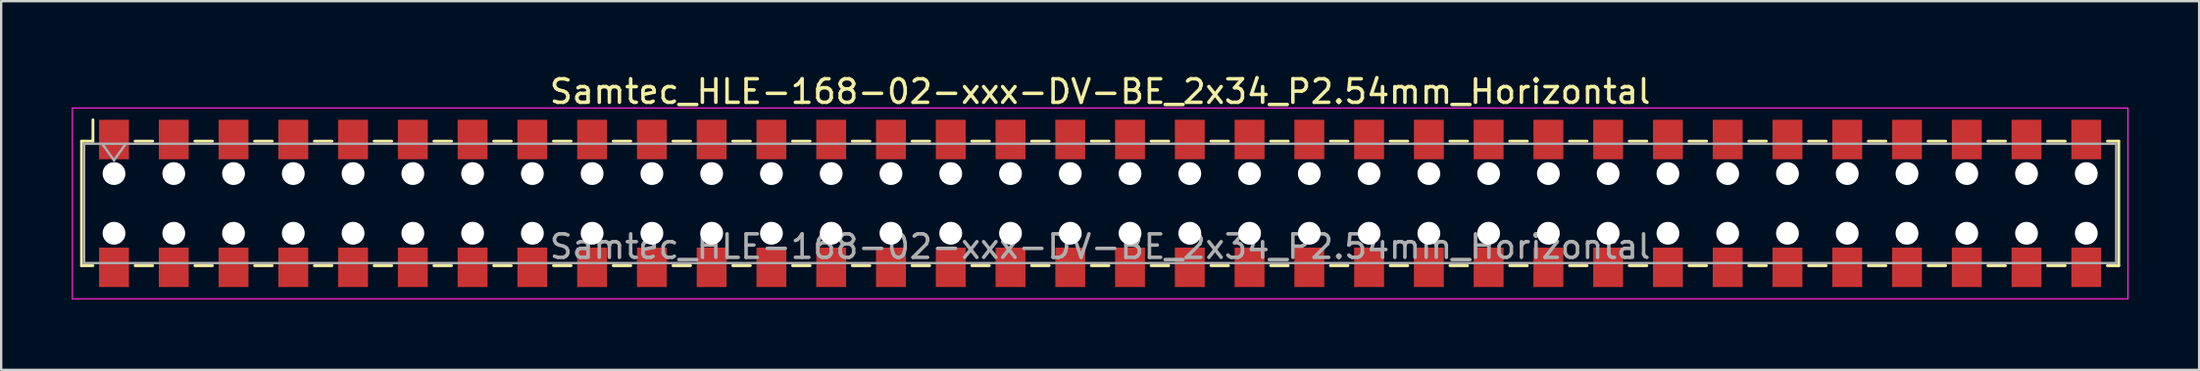
<source format=kicad_pcb>
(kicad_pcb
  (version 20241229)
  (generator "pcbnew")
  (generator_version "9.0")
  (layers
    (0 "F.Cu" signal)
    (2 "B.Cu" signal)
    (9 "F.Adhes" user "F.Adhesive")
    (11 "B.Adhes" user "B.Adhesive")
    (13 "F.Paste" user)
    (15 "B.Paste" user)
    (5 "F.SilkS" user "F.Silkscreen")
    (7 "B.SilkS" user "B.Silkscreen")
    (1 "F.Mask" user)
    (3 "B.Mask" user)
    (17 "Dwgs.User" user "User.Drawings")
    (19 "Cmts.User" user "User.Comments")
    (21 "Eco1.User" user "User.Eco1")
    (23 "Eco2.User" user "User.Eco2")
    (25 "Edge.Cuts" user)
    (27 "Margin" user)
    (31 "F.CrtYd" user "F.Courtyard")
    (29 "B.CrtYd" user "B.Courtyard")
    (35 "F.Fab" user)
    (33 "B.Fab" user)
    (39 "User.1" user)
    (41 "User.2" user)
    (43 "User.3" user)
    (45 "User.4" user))
  (footprint "Samtec_HLE-168-02-xxx-DV-BE_2x34_P2.54mm_Horizontal"
    (layer "F.Cu")
    (at 43.705 5.608)
    (property "Reference" "Samtec_HLE-168-02-xxx-DV-BE_2x34_P2.54mm_Horizontal" (at 0 -4.76 0) (layer "F.SilkS") (effects (font (size 1 1) (thickness 0.15))))
    (attr smd)
    (fp_line (start -43.29 -2.65) (end -43.29 2.65) (stroke (width 0.12) (type solid)) (layer "F.SilkS"))
    (fp_line (start -43.29 2.65) (end -42.805 2.65) (stroke (width 0.12) (type solid)) (layer "F.SilkS"))
    (fp_line (start -42.805 -3.56) (end -42.805 -2.65) (stroke (width 0.12) (type solid)) (layer "F.SilkS"))
    (fp_line (start -42.805 -2.65) (end -43.29 -2.65) (stroke (width 0.12) (type solid)) (layer "F.SilkS"))
    (fp_line (start -41.015 -2.65) (end -40.265 -2.65) (stroke (width 0.12) (type solid)) (layer "F.SilkS"))
    (fp_line (start -41.015 2.65) (end -40.265 2.65) (stroke (width 0.12) (type solid)) (layer "F.SilkS"))
    (fp_line (start -38.475 -2.65) (end -37.725 -2.65) (stroke (width 0.12) (type solid)) (layer "F.SilkS"))
    (fp_line (start -38.475 2.65) (end -37.725 2.65) (stroke (width 0.12) (type solid)) (layer "F.SilkS"))
    (fp_line (start -35.935 -2.65) (end -35.185 -2.65) (stroke (width 0.12) (type solid)) (layer "F.SilkS"))
    (fp_line (start -35.935 2.65) (end -35.185 2.65) (stroke (width 0.12) (type solid)) (layer "F.SilkS"))
    (fp_line (start -33.395 -2.65) (end -32.645 -2.65) (stroke (width 0.12) (type solid)) (layer "F.SilkS"))
    (fp_line (start -33.395 2.65) (end -32.645 2.65) (stroke (width 0.12) (type solid)) (layer "F.SilkS"))
    (fp_line (start -30.855 -2.65) (end -30.105 -2.65) (stroke (width 0.12) (type solid)) (layer "F.SilkS"))
    (fp_line (start -30.855 2.65) (end -30.105 2.65) (stroke (width 0.12) (type solid)) (layer "F.SilkS"))
    (fp_line (start -28.315 -2.65) (end -27.565 -2.65) (stroke (width 0.12) (type solid)) (layer "F.SilkS"))
    (fp_line (start -28.315 2.65) (end -27.565 2.65) (stroke (width 0.12) (type solid)) (layer "F.SilkS"))
    (fp_line (start -25.775 -2.65) (end -25.025 -2.65) (stroke (width 0.12) (type solid)) (layer "F.SilkS"))
    (fp_line (start -25.775 2.65) (end -25.025 2.65) (stroke (width 0.12) (type solid)) (layer "F.SilkS"))
    (fp_line (start -23.235 -2.65) (end -22.485 -2.65) (stroke (width 0.12) (type solid)) (layer "F.SilkS"))
    (fp_line (start -23.235 2.65) (end -22.485 2.65) (stroke (width 0.12) (type solid)) (layer "F.SilkS"))
    (fp_line (start -20.695 -2.65) (end -19.945 -2.65) (stroke (width 0.12) (type solid)) (layer "F.SilkS"))
    (fp_line (start -20.695 2.65) (end -19.945 2.65) (stroke (width 0.12) (type solid)) (layer "F.SilkS"))
    (fp_line (start -18.155 -2.65) (end -17.405 -2.65) (stroke (width 0.12) (type solid)) (layer "F.SilkS"))
    (fp_line (start -18.155 2.65) (end -17.405 2.65) (stroke (width 0.12) (type solid)) (layer "F.SilkS"))
    (fp_line (start -15.615 -2.65) (end -14.865 -2.65) (stroke (width 0.12) (type solid)) (layer "F.SilkS"))
    (fp_line (start -15.615 2.65) (end -14.865 2.65) (stroke (width 0.12) (type solid)) (layer "F.SilkS"))
    (fp_line (start -13.075 -2.65) (end -12.325 -2.65) (stroke (width 0.12) (type solid)) (layer "F.SilkS"))
    (fp_line (start -13.075 2.65) (end -12.325 2.65) (stroke (width 0.12) (type solid)) (layer "F.SilkS"))
    (fp_line (start -10.535 -2.65) (end -9.785 -2.65) (stroke (width 0.12) (type solid)) (layer "F.SilkS"))
    (fp_line (start -10.535 2.65) (end -9.785 2.65) (stroke (width 0.12) (type solid)) (layer "F.SilkS"))
    (fp_line (start -7.995 -2.65) (end -7.245 -2.65) (stroke (width 0.12) (type solid)) (layer "F.SilkS"))
    (fp_line (start -7.995 2.65) (end -7.245 2.65) (stroke (width 0.12) (type solid)) (layer "F.SilkS"))
    (fp_line (start -5.455 -2.65) (end -4.705 -2.65) (stroke (width 0.12) (type solid)) (layer "F.SilkS"))
    (fp_line (start -5.455 2.65) (end -4.705 2.65) (stroke (width 0.12) (type solid)) (layer "F.SilkS"))
    (fp_line (start -2.915 -2.65) (end -2.165 -2.65) (stroke (width 0.12) (type solid)) (layer "F.SilkS"))
    (fp_line (start -2.915 2.65) (end -2.165 2.65) (stroke (width 0.12) (type solid)) (layer "F.SilkS"))
    (fp_line (start -0.375 -2.65) (end 0.375 -2.65) (stroke (width 0.12) (type solid)) (layer "F.SilkS"))
    (fp_line (start -0.375 2.65) (end 0.375 2.65) (stroke (width 0.12) (type solid)) (layer "F.SilkS"))
    (fp_line (start 2.165 -2.65) (end 2.915 -2.65) (stroke (width 0.12) (type solid)) (layer "F.SilkS"))
    (fp_line (start 2.165 2.65) (end 2.915 2.65) (stroke (width 0.12) (type solid)) (layer "F.SilkS"))
    (fp_line (start 4.705 -2.65) (end 5.455 -2.65) (stroke (width 0.12) (type solid)) (layer "F.SilkS"))
    (fp_line (start 4.705 2.65) (end 5.455 2.65) (stroke (width 0.12) (type solid)) (layer "F.SilkS"))
    (fp_line (start 7.245 -2.65) (end 7.995 -2.65) (stroke (width 0.12) (type solid)) (layer "F.SilkS"))
    (fp_line (start 7.245 2.65) (end 7.995 2.65) (stroke (width 0.12) (type solid)) (layer "F.SilkS"))
    (fp_line (start 9.785 -2.65) (end 10.535 -2.65) (stroke (width 0.12) (type solid)) (layer "F.SilkS"))
    (fp_line (start 9.785 2.65) (end 10.535 2.65) (stroke (width 0.12) (type solid)) (layer "F.SilkS"))
    (fp_line (start 12.325 -2.65) (end 13.075 -2.65) (stroke (width 0.12) (type solid)) (layer "F.SilkS"))
    (fp_line (start 12.325 2.65) (end 13.075 2.65) (stroke (width 0.12) (type solid)) (layer "F.SilkS"))
    (fp_line (start 14.865 -2.65) (end 15.615 -2.65) (stroke (width 0.12) (type solid)) (layer "F.SilkS"))
    (fp_line (start 14.865 2.65) (end 15.615 2.65) (stroke (width 0.12) (type solid)) (layer "F.SilkS"))
    (fp_line (start 17.405 -2.65) (end 18.155 -2.65) (stroke (width 0.12) (type solid)) (layer "F.SilkS"))
    (fp_line (start 17.405 2.65) (end 18.155 2.65) (stroke (width 0.12) (type solid)) (layer "F.SilkS"))
    (fp_line (start 19.945 -2.65) (end 20.695 -2.65) (stroke (width 0.12) (type solid)) (layer "F.SilkS"))
    (fp_line (start 19.945 2.65) (end 20.695 2.65) (stroke (width 0.12) (type solid)) (layer "F.SilkS"))
    (fp_line (start 22.485 -2.65) (end 23.235 -2.65) (stroke (width 0.12) (type solid)) (layer "F.SilkS"))
    (fp_line (start 22.485 2.65) (end 23.235 2.65) (stroke (width 0.12) (type solid)) (layer "F.SilkS"))
    (fp_line (start 25.025 -2.65) (end 25.775 -2.65) (stroke (width 0.12) (type solid)) (layer "F.SilkS"))
    (fp_line (start 25.025 2.65) (end 25.775 2.65) (stroke (width 0.12) (type solid)) (layer "F.SilkS"))
    (fp_line (start 27.565 -2.65) (end 28.315 -2.65) (stroke (width 0.12) (type solid)) (layer "F.SilkS"))
    (fp_line (start 27.565 2.65) (end 28.315 2.65) (stroke (width 0.12) (type solid)) (layer "F.SilkS"))
    (fp_line (start 30.105 -2.65) (end 30.855 -2.65) (stroke (width 0.12) (type solid)) (layer "F.SilkS"))
    (fp_line (start 30.105 2.65) (end 30.855 2.65) (stroke (width 0.12) (type solid)) (layer "F.SilkS"))
    (fp_line (start 32.645 -2.65) (end 33.395 -2.65) (stroke (width 0.12) (type solid)) (layer "F.SilkS"))
    (fp_line (start 32.645 2.65) (end 33.395 2.65) (stroke (width 0.12) (type solid)) (layer "F.SilkS"))
    (fp_line (start 35.185 -2.65) (end 35.935 -2.65) (stroke (width 0.12) (type solid)) (layer "F.SilkS"))
    (fp_line (start 35.185 2.65) (end 35.935 2.65) (stroke (width 0.12) (type solid)) (layer "F.SilkS"))
    (fp_line (start 37.725 -2.65) (end 38.475 -2.65) (stroke (width 0.12) (type solid)) (layer "F.SilkS"))
    (fp_line (start 37.725 2.65) (end 38.475 2.65) (stroke (width 0.12) (type solid)) (layer "F.SilkS"))
    (fp_line (start 40.265 -2.65) (end 41.015 -2.65) (stroke (width 0.12) (type solid)) (layer "F.SilkS"))
    (fp_line (start 40.265 2.65) (end 41.015 2.65) (stroke (width 0.12) (type solid)) (layer "F.SilkS"))
    (fp_line (start 42.805 -2.65) (end 43.29 -2.65) (stroke (width 0.12) (type solid)) (layer "F.SilkS"))
    (fp_line (start 43.29 -2.65) (end 43.29 2.65) (stroke (width 0.12) (type solid)) (layer "F.SilkS"))
    (fp_line (start 43.29 2.65) (end 42.805 2.65) (stroke (width 0.12) (type solid)) (layer "F.SilkS"))
    (fp_line (start -43.68 -4.06) (end 43.68 -4.06) (stroke (width 0.05) (type solid)) (layer "F.CrtYd"))
    (fp_line (start -43.68 4.06) (end -43.68 -4.06) (stroke (width 0.05) (type solid)) (layer "F.CrtYd"))
    (fp_line (start 43.68 -4.06) (end 43.68 4.06) (stroke (width 0.05) (type solid)) (layer "F.CrtYd"))
    (fp_line (start 43.68 4.06) (end -43.68 4.06) (stroke (width 0.05) (type solid)) (layer "F.CrtYd"))
    (fp_line (start -43.18 -2.54) (end 43.18 -2.54) (stroke (width 0.1) (type solid)) (layer "F.Fab"))
    (fp_line (start -43.18 2.54) (end -43.18 -2.54) (stroke (width 0.1) (type solid)) (layer "F.Fab"))
    (fp_line (start -42.41 -2.54) (end -41.91 -1.833) (stroke (width 0.1) (type solid)) (layer "F.Fab"))
    (fp_line (start -41.91 -1.833) (end -41.41 -2.54) (stroke (width 0.1) (type solid)) (layer "F.Fab"))
    (fp_line (start 43.18 -2.54) (end 43.18 2.54) (stroke (width 0.1) (type solid)) (layer "F.Fab"))
    (fp_line (start 43.18 2.54) (end -43.18 2.54) (stroke (width 0.1) (type solid)) (layer "F.Fab"))
    (fp_text user "${REFERENCE}" (at 0 1.84 0) (layer "F.Fab") (effects (font (size 1 1) (thickness 0.15))))
    (pad "" np_thru_hole circle (at -41.91 -1.27) (size 0.97 0.97) (drill 0.97) (layers "*.Cu" "*.Mask"))
    (pad "" np_thru_hole circle (at -41.91 1.27) (size 0.97 0.97) (drill 0.97) (layers "*.Cu" "*.Mask"))
    (pad "" np_thru_hole circle (at -39.37 -1.27) (size 0.97 0.97) (drill 0.97) (layers "*.Cu" "*.Mask"))
    (pad "" np_thru_hole circle (at -39.37 1.27) (size 0.97 0.97) (drill 0.97) (layers "*.Cu" "*.Mask"))
    (pad "" np_thru_hole circle (at -36.83 -1.27) (size 0.97 0.97) (drill 0.97) (layers "*.Cu" "*.Mask"))
    (pad "" np_thru_hole circle (at -36.83 1.27) (size 0.97 0.97) (drill 0.97) (layers "*.Cu" "*.Mask"))
    (pad "" np_thru_hole circle (at -34.29 -1.27) (size 0.97 0.97) (drill 0.97) (layers "*.Cu" "*.Mask"))
    (pad "" np_thru_hole circle (at -34.29 1.27) (size 0.97 0.97) (drill 0.97) (layers "*.Cu" "*.Mask"))
    (pad "" np_thru_hole circle (at -31.75 -1.27) (size 0.97 0.97) (drill 0.97) (layers "*.Cu" "*.Mask"))
    (pad "" np_thru_hole circle (at -31.75 1.27) (size 0.97 0.97) (drill 0.97) (layers "*.Cu" "*.Mask"))
    (pad "" np_thru_hole circle (at -29.21 -1.27) (size 0.97 0.97) (drill 0.97) (layers "*.Cu" "*.Mask"))
    (pad "" np_thru_hole circle (at -29.21 1.27) (size 0.97 0.97) (drill 0.97) (layers "*.Cu" "*.Mask"))
    (pad "" np_thru_hole circle (at -26.67 -1.27) (size 0.97 0.97) (drill 0.97) (layers "*.Cu" "*.Mask"))
    (pad "" np_thru_hole circle (at -26.67 1.27) (size 0.97 0.97) (drill 0.97) (layers "*.Cu" "*.Mask"))
    (pad "" np_thru_hole circle (at -24.13 -1.27) (size 0.97 0.97) (drill 0.97) (layers "*.Cu" "*.Mask"))
    (pad "" np_thru_hole circle (at -24.13 1.27) (size 0.97 0.97) (drill 0.97) (layers "*.Cu" "*.Mask"))
    (pad "" np_thru_hole circle (at -21.59 -1.27) (size 0.97 0.97) (drill 0.97) (layers "*.Cu" "*.Mask"))
    (pad "" np_thru_hole circle (at -21.59 1.27) (size 0.97 0.97) (drill 0.97) (layers "*.Cu" "*.Mask"))
    (pad "" np_thru_hole circle (at -19.05 -1.27) (size 0.97 0.97) (drill 0.97) (layers "*.Cu" "*.Mask"))
    (pad "" np_thru_hole circle (at -19.05 1.27) (size 0.97 0.97) (drill 0.97) (layers "*.Cu" "*.Mask"))
    (pad "" np_thru_hole circle (at -16.51 -1.27) (size 0.97 0.97) (drill 0.97) (layers "*.Cu" "*.Mask"))
    (pad "" np_thru_hole circle (at -16.51 1.27) (size 0.97 0.97) (drill 0.97) (layers "*.Cu" "*.Mask"))
    (pad "" np_thru_hole circle (at -13.97 -1.27) (size 0.97 0.97) (drill 0.97) (layers "*.Cu" "*.Mask"))
    (pad "" np_thru_hole circle (at -13.97 1.27) (size 0.97 0.97) (drill 0.97) (layers "*.Cu" "*.Mask"))
    (pad "" np_thru_hole circle (at -11.43 -1.27) (size 0.97 0.97) (drill 0.97) (layers "*.Cu" "*.Mask"))
    (pad "" np_thru_hole circle (at -11.43 1.27) (size 0.97 0.97) (drill 0.97) (layers "*.Cu" "*.Mask"))
    (pad "" np_thru_hole circle (at -8.89 -1.27) (size 0.97 0.97) (drill 0.97) (layers "*.Cu" "*.Mask"))
    (pad "" np_thru_hole circle (at -8.89 1.27) (size 0.97 0.97) (drill 0.97) (layers "*.Cu" "*.Mask"))
    (pad "" np_thru_hole circle (at -6.35 -1.27) (size 0.97 0.97) (drill 0.97) (layers "*.Cu" "*.Mask"))
    (pad "" np_thru_hole circle (at -6.35 1.27) (size 0.97 0.97) (drill 0.97) (layers "*.Cu" "*.Mask"))
    (pad "" np_thru_hole circle (at -3.81 -1.27) (size 0.97 0.97) (drill 0.97) (layers "*.Cu" "*.Mask"))
    (pad "" np_thru_hole circle (at -3.81 1.27) (size 0.97 0.97) (drill 0.97) (layers "*.Cu" "*.Mask"))
    (pad "" np_thru_hole circle (at -1.27 -1.27) (size 0.97 0.97) (drill 0.97) (layers "*.Cu" "*.Mask"))
    (pad "" np_thru_hole circle (at -1.27 1.27) (size 0.97 0.97) (drill 0.97) (layers "*.Cu" "*.Mask"))
    (pad "" np_thru_hole circle (at 1.27 -1.27) (size 0.97 0.97) (drill 0.97) (layers "*.Cu" "*.Mask"))
    (pad "" np_thru_hole circle (at 1.27 1.27) (size 0.97 0.97) (drill 0.97) (layers "*.Cu" "*.Mask"))
    (pad "" np_thru_hole circle (at 3.81 -1.27) (size 0.97 0.97) (drill 0.97) (layers "*.Cu" "*.Mask"))
    (pad "" np_thru_hole circle (at 3.81 1.27) (size 0.97 0.97) (drill 0.97) (layers "*.Cu" "*.Mask"))
    (pad "" np_thru_hole circle (at 6.35 -1.27) (size 0.97 0.97) (drill 0.97) (layers "*.Cu" "*.Mask"))
    (pad "" np_thru_hole circle (at 6.35 1.27) (size 0.97 0.97) (drill 0.97) (layers "*.Cu" "*.Mask"))
    (pad "" np_thru_hole circle (at 8.89 -1.27) (size 0.97 0.97) (drill 0.97) (layers "*.Cu" "*.Mask"))
    (pad "" np_thru_hole circle (at 8.89 1.27) (size 0.97 0.97) (drill 0.97) (layers "*.Cu" "*.Mask"))
    (pad "" np_thru_hole circle (at 11.43 -1.27) (size 0.97 0.97) (drill 0.97) (layers "*.Cu" "*.Mask"))
    (pad "" np_thru_hole circle (at 11.43 1.27) (size 0.97 0.97) (drill 0.97) (layers "*.Cu" "*.Mask"))
    (pad "" np_thru_hole circle (at 13.97 -1.27) (size 0.97 0.97) (drill 0.97) (layers "*.Cu" "*.Mask"))
    (pad "" np_thru_hole circle (at 13.97 1.27) (size 0.97 0.97) (drill 0.97) (layers "*.Cu" "*.Mask"))
    (pad "" np_thru_hole circle (at 16.51 -1.27) (size 0.97 0.97) (drill 0.97) (layers "*.Cu" "*.Mask"))
    (pad "" np_thru_hole circle (at 16.51 1.27) (size 0.97 0.97) (drill 0.97) (layers "*.Cu" "*.Mask"))
    (pad "" np_thru_hole circle (at 19.05 -1.27) (size 0.97 0.97) (drill 0.97) (layers "*.Cu" "*.Mask"))
    (pad "" np_thru_hole circle (at 19.05 1.27) (size 0.97 0.97) (drill 0.97) (layers "*.Cu" "*.Mask"))
    (pad "" np_thru_hole circle (at 21.59 -1.27) (size 0.97 0.97) (drill 0.97) (layers "*.Cu" "*.Mask"))
    (pad "" np_thru_hole circle (at 21.59 1.27) (size 0.97 0.97) (drill 0.97) (layers "*.Cu" "*.Mask"))
    (pad "" np_thru_hole circle (at 24.13 -1.27) (size 0.97 0.97) (drill 0.97) (layers "*.Cu" "*.Mask"))
    (pad "" np_thru_hole circle (at 24.13 1.27) (size 0.97 0.97) (drill 0.97) (layers "*.Cu" "*.Mask"))
    (pad "" np_thru_hole circle (at 26.67 -1.27) (size 0.97 0.97) (drill 0.97) (layers "*.Cu" "*.Mask"))
    (pad "" np_thru_hole circle (at 26.67 1.27) (size 0.97 0.97) (drill 0.97) (layers "*.Cu" "*.Mask"))
    (pad "" np_thru_hole circle (at 29.21 -1.27) (size 0.97 0.97) (drill 0.97) (layers "*.Cu" "*.Mask"))
    (pad "" np_thru_hole circle (at 29.21 1.27) (size 0.97 0.97) (drill 0.97) (layers "*.Cu" "*.Mask"))
    (pad "" np_thru_hole circle (at 31.75 -1.27) (size 0.97 0.97) (drill 0.97) (layers "*.Cu" "*.Mask"))
    (pad "" np_thru_hole circle (at 31.75 1.27) (size 0.97 0.97) (drill 0.97) (layers "*.Cu" "*.Mask"))
    (pad "" np_thru_hole circle (at 34.29 -1.27) (size 0.97 0.97) (drill 0.97) (layers "*.Cu" "*.Mask"))
    (pad "" np_thru_hole circle (at 34.29 1.27) (size 0.97 0.97) (drill 0.97) (layers "*.Cu" "*.Mask"))
    (pad "" np_thru_hole circle (at 36.83 -1.27) (size 0.97 0.97) (drill 0.97) (layers "*.Cu" "*.Mask"))
    (pad "" np_thru_hole circle (at 36.83 1.27) (size 0.97 0.97) (drill 0.97) (layers "*.Cu" "*.Mask"))
    (pad "" np_thru_hole circle (at 39.37 -1.27) (size 0.97 0.97) (drill 0.97) (layers "*.Cu" "*.Mask"))
    (pad "" np_thru_hole circle (at 39.37 1.27) (size 0.97 0.97) (drill 0.97) (layers "*.Cu" "*.Mask"))
    (pad "" np_thru_hole circle (at 41.91 -1.27) (size 0.97 0.97) (drill 0.97) (layers "*.Cu" "*.Mask"))
    (pad "" np_thru_hole circle (at 41.91 1.27) (size 0.97 0.97) (drill 0.97) (layers "*.Cu" "*.Mask"))
    (pad "1" smd rect (at -41.91 -2.72) (size 1.27 1.68) (layers "F.Cu" "F.Mask" "F.Paste"))
    (pad "2" smd rect (at -41.91 2.72) (size 1.27 1.68) (layers "F.Cu" "F.Mask" "F.Paste"))
    (pad "3" smd rect (at -39.37 -2.72) (size 1.27 1.68) (layers "F.Cu" "F.Mask" "F.Paste"))
    (pad "4" smd rect (at -39.37 2.72) (size 1.27 1.68) (layers "F.Cu" "F.Mask" "F.Paste"))
    (pad "5" smd rect (at -36.83 -2.72) (size 1.27 1.68) (layers "F.Cu" "F.Mask" "F.Paste"))
    (pad "6" smd rect (at -36.83 2.72) (size 1.27 1.68) (layers "F.Cu" "F.Mask" "F.Paste"))
    (pad "7" smd rect (at -34.29 -2.72) (size 1.27 1.68) (layers "F.Cu" "F.Mask" "F.Paste"))
    (pad "8" smd rect (at -34.29 2.72) (size 1.27 1.68) (layers "F.Cu" "F.Mask" "F.Paste"))
    (pad "9" smd rect (at -31.75 -2.72) (size 1.27 1.68) (layers "F.Cu" "F.Mask" "F.Paste"))
    (pad "10" smd rect (at -31.75 2.72) (size 1.27 1.68) (layers "F.Cu" "F.Mask" "F.Paste"))
    (pad "11" smd rect (at -29.21 -2.72) (size 1.27 1.68) (layers "F.Cu" "F.Mask" "F.Paste"))
    (pad "12" smd rect (at -29.21 2.72) (size 1.27 1.68) (layers "F.Cu" "F.Mask" "F.Paste"))
    (pad "13" smd rect (at -26.67 -2.72) (size 1.27 1.68) (layers "F.Cu" "F.Mask" "F.Paste"))
    (pad "14" smd rect (at -26.67 2.72) (size 1.27 1.68) (layers "F.Cu" "F.Mask" "F.Paste"))
    (pad "15" smd rect (at -24.13 -2.72) (size 1.27 1.68) (layers "F.Cu" "F.Mask" "F.Paste"))
    (pad "16" smd rect (at -24.13 2.72) (size 1.27 1.68) (layers "F.Cu" "F.Mask" "F.Paste"))
    (pad "17" smd rect (at -21.59 -2.72) (size 1.27 1.68) (layers "F.Cu" "F.Mask" "F.Paste"))
    (pad "18" smd rect (at -21.59 2.72) (size 1.27 1.68) (layers "F.Cu" "F.Mask" "F.Paste"))
    (pad "19" smd rect (at -19.05 -2.72) (size 1.27 1.68) (layers "F.Cu" "F.Mask" "F.Paste"))
    (pad "20" smd rect (at -19.05 2.72) (size 1.27 1.68) (layers "F.Cu" "F.Mask" "F.Paste"))
    (pad "21" smd rect (at -16.51 -2.72) (size 1.27 1.68) (layers "F.Cu" "F.Mask" "F.Paste"))
    (pad "22" smd rect (at -16.51 2.72) (size 1.27 1.68) (layers "F.Cu" "F.Mask" "F.Paste"))
    (pad "23" smd rect (at -13.97 -2.72) (size 1.27 1.68) (layers "F.Cu" "F.Mask" "F.Paste"))
    (pad "24" smd rect (at -13.97 2.72) (size 1.27 1.68) (layers "F.Cu" "F.Mask" "F.Paste"))
    (pad "25" smd rect (at -11.43 -2.72) (size 1.27 1.68) (layers "F.Cu" "F.Mask" "F.Paste"))
    (pad "26" smd rect (at -11.43 2.72) (size 1.27 1.68) (layers "F.Cu" "F.Mask" "F.Paste"))
    (pad "27" smd rect (at -8.89 -2.72) (size 1.27 1.68) (layers "F.Cu" "F.Mask" "F.Paste"))
    (pad "28" smd rect (at -8.89 2.72) (size 1.27 1.68) (layers "F.Cu" "F.Mask" "F.Paste"))
    (pad "29" smd rect (at -6.35 -2.72) (size 1.27 1.68) (layers "F.Cu" "F.Mask" "F.Paste"))
    (pad "30" smd rect (at -6.35 2.72) (size 1.27 1.68) (layers "F.Cu" "F.Mask" "F.Paste"))
    (pad "31" smd rect (at -3.81 -2.72) (size 1.27 1.68) (layers "F.Cu" "F.Mask" "F.Paste"))
    (pad "32" smd rect (at -3.81 2.72) (size 1.27 1.68) (layers "F.Cu" "F.Mask" "F.Paste"))
    (pad "33" smd rect (at -1.27 -2.72) (size 1.27 1.68) (layers "F.Cu" "F.Mask" "F.Paste"))
    (pad "34" smd rect (at -1.27 2.72) (size 1.27 1.68) (layers "F.Cu" "F.Mask" "F.Paste"))
    (pad "35" smd rect (at 1.27 -2.72) (size 1.27 1.68) (layers "F.Cu" "F.Mask" "F.Paste"))
    (pad "36" smd rect (at 1.27 2.72) (size 1.27 1.68) (layers "F.Cu" "F.Mask" "F.Paste"))
    (pad "37" smd rect (at 3.81 -2.72) (size 1.27 1.68) (layers "F.Cu" "F.Mask" "F.Paste"))
    (pad "38" smd rect (at 3.81 2.72) (size 1.27 1.68) (layers "F.Cu" "F.Mask" "F.Paste"))
    (pad "39" smd rect (at 6.35 -2.72) (size 1.27 1.68) (layers "F.Cu" "F.Mask" "F.Paste"))
    (pad "40" smd rect (at 6.35 2.72) (size 1.27 1.68) (layers "F.Cu" "F.Mask" "F.Paste"))
    (pad "41" smd rect (at 8.89 -2.72) (size 1.27 1.68) (layers "F.Cu" "F.Mask" "F.Paste"))
    (pad "42" smd rect (at 8.89 2.72) (size 1.27 1.68) (layers "F.Cu" "F.Mask" "F.Paste"))
    (pad "43" smd rect (at 11.43 -2.72) (size 1.27 1.68) (layers "F.Cu" "F.Mask" "F.Paste"))
    (pad "44" smd rect (at 11.43 2.72) (size 1.27 1.68) (layers "F.Cu" "F.Mask" "F.Paste"))
    (pad "45" smd rect (at 13.97 -2.72) (size 1.27 1.68) (layers "F.Cu" "F.Mask" "F.Paste"))
    (pad "46" smd rect (at 13.97 2.72) (size 1.27 1.68) (layers "F.Cu" "F.Mask" "F.Paste"))
    (pad "47" smd rect (at 16.51 -2.72) (size 1.27 1.68) (layers "F.Cu" "F.Mask" "F.Paste"))
    (pad "48" smd rect (at 16.51 2.72) (size 1.27 1.68) (layers "F.Cu" "F.Mask" "F.Paste"))
    (pad "49" smd rect (at 19.05 -2.72) (size 1.27 1.68) (layers "F.Cu" "F.Mask" "F.Paste"))
    (pad "50" smd rect (at 19.05 2.72) (size 1.27 1.68) (layers "F.Cu" "F.Mask" "F.Paste"))
    (pad "51" smd rect (at 21.59 -2.72) (size 1.27 1.68) (layers "F.Cu" "F.Mask" "F.Paste"))
    (pad "52" smd rect (at 21.59 2.72) (size 1.27 1.68) (layers "F.Cu" "F.Mask" "F.Paste"))
    (pad "53" smd rect (at 24.13 -2.72) (size 1.27 1.68) (layers "F.Cu" "F.Mask" "F.Paste"))
    (pad "54" smd rect (at 24.13 2.72) (size 1.27 1.68) (layers "F.Cu" "F.Mask" "F.Paste"))
    (pad "55" smd rect (at 26.67 -2.72) (size 1.27 1.68) (layers "F.Cu" "F.Mask" "F.Paste"))
    (pad "56" smd rect (at 26.67 2.72) (size 1.27 1.68) (layers "F.Cu" "F.Mask" "F.Paste"))
    (pad "57" smd rect (at 29.21 -2.72) (size 1.27 1.68) (layers "F.Cu" "F.Mask" "F.Paste"))
    (pad "58" smd rect (at 29.21 2.72) (size 1.27 1.68) (layers "F.Cu" "F.Mask" "F.Paste"))
    (pad "59" smd rect (at 31.75 -2.72) (size 1.27 1.68) (layers "F.Cu" "F.Mask" "F.Paste"))
    (pad "60" smd rect (at 31.75 2.72) (size 1.27 1.68) (layers "F.Cu" "F.Mask" "F.Paste"))
    (pad "61" smd rect (at 34.29 -2.72) (size 1.27 1.68) (layers "F.Cu" "F.Mask" "F.Paste"))
    (pad "62" smd rect (at 34.29 2.72) (size 1.27 1.68) (layers "F.Cu" "F.Mask" "F.Paste"))
    (pad "63" smd rect (at 36.83 -2.72) (size 1.27 1.68) (layers "F.Cu" "F.Mask" "F.Paste"))
    (pad "64" smd rect (at 36.83 2.72) (size 1.27 1.68) (layers "F.Cu" "F.Mask" "F.Paste"))
    (pad "65" smd rect (at 39.37 -2.72) (size 1.27 1.68) (layers "F.Cu" "F.Mask" "F.Paste"))
    (pad "66" smd rect (at 39.37 2.72) (size 1.27 1.68) (layers "F.Cu" "F.Mask" "F.Paste"))
    (pad "67" smd rect (at 41.91 -2.72) (size 1.27 1.68) (layers "F.Cu" "F.Mask" "F.Paste"))
    (pad "68" smd rect (at 41.91 2.72) (size 1.27 1.68) (layers "F.Cu" "F.Mask" "F.Paste")))
  (gr_rect
    (start -3 -3)
    (end 90.41 12.693)
    (stroke (width 0.1) (type default))
    (fill no)
    (layer "Edge.Cuts")))
</source>
